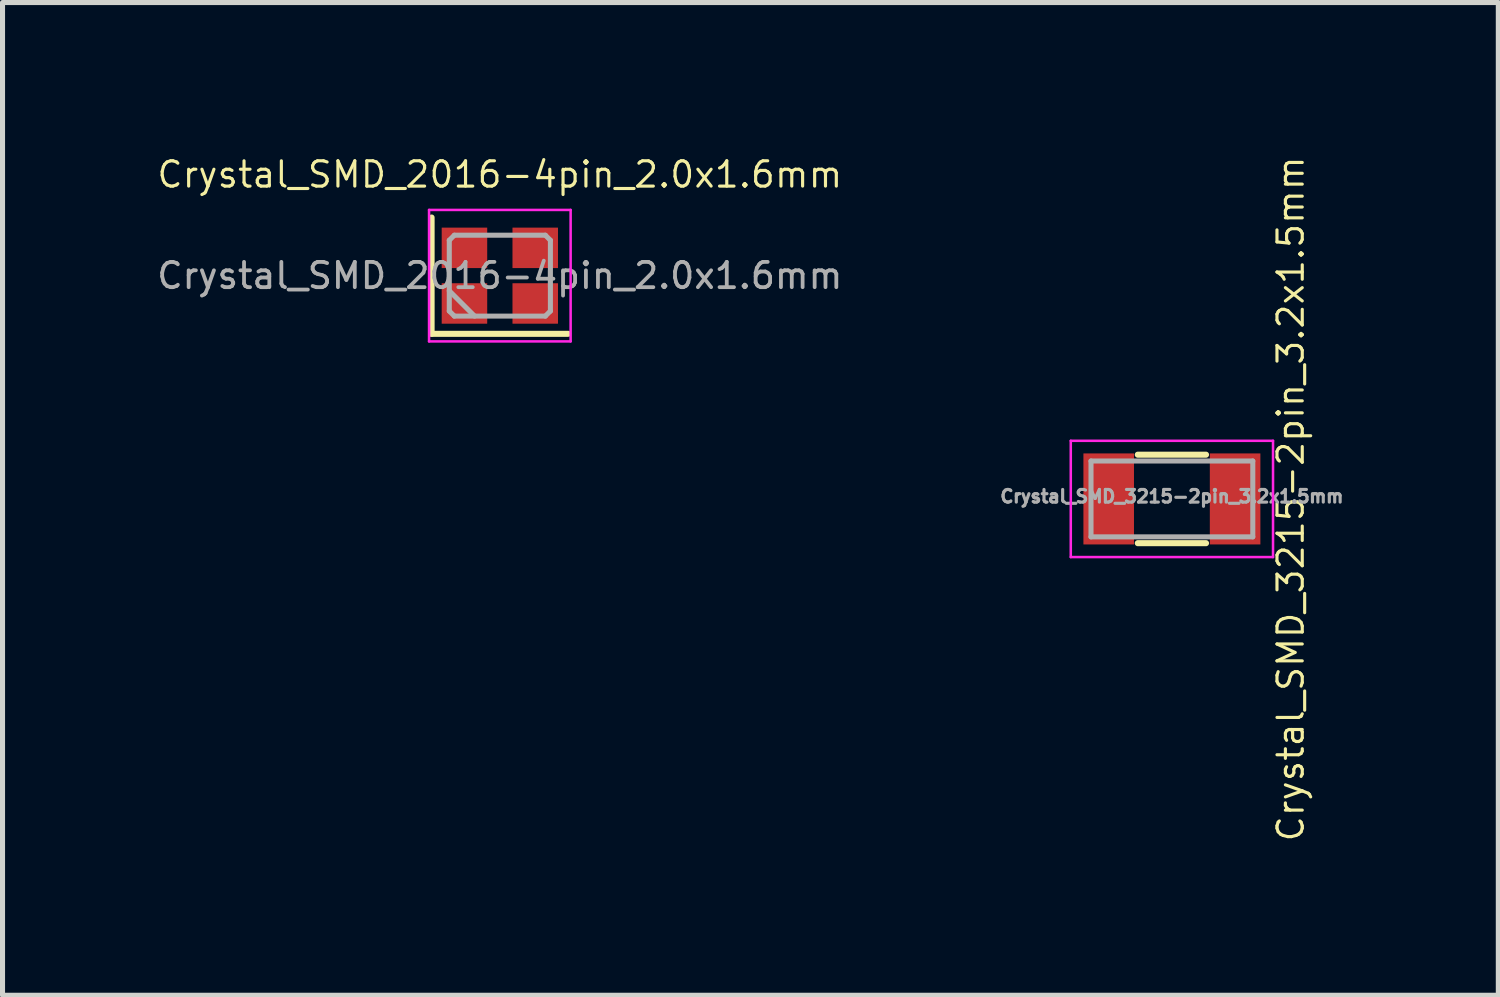
<source format=kicad_pcb>
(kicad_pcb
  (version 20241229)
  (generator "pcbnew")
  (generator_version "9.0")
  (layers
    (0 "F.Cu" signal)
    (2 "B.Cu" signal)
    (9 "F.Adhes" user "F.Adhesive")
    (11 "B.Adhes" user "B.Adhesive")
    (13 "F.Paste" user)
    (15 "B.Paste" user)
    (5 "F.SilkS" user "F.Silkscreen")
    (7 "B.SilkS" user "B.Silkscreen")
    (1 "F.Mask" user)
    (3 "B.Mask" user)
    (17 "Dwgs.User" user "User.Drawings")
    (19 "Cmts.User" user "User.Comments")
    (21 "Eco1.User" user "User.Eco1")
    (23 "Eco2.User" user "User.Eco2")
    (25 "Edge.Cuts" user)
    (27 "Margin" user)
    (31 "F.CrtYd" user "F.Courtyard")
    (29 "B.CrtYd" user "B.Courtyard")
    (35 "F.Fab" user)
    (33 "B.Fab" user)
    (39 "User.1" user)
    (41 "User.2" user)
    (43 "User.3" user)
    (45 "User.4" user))
  (footprint "Crystal_SMD_3215-2pin_3.2x1.5mm"
    (layer "F.Cu")
    (at 20.128 6.818)
    (property "Reference" "Crystal_SMD_3215-2pin_3.2x1.5mm" (at 2.35 0 90) (layer "F.SilkS") (effects (font (size 0.5 0.5) (thickness 0.062))))
    (attr smd)
    (fp_line (start -0.675 -0.875) (end 0.675 -0.875) (stroke (width 0.12) (type solid)) (layer "F.SilkS"))
    (fp_line (start -0.675 0.875) (end 0.675 0.875) (stroke (width 0.12) (type solid)) (layer "F.SilkS"))
    (fp_line (start -2 -1.15) (end -2 1.15) (stroke (width 0.05) (type solid)) (layer "F.CrtYd"))
    (fp_line (start -2 -1.15) (end 2 -1.15) (stroke (width 0.05) (type solid)) (layer "F.CrtYd"))
    (fp_line (start -2 1.15) (end 2 1.15) (stroke (width 0.05) (type solid)) (layer "F.CrtYd"))
    (fp_line (start 2 -1.15) (end 2 1.15) (stroke (width 0.05) (type solid)) (layer "F.CrtYd"))
    (fp_line (start -1.6 -0.75) (end -1.6 0.75) (stroke (width 0.1) (type solid)) (layer "F.Fab"))
    (fp_line (start -1.6 -0.75) (end 1.6 -0.75) (stroke (width 0.1) (type solid)) (layer "F.Fab"))
    (fp_line (start -1.6 0.75) (end 1.6 0.75) (stroke (width 0.1) (type solid)) (layer "F.Fab"))
    (fp_line (start 1.6 -0.75) (end 1.6 0.75) (stroke (width 0.1) (type solid)) (layer "F.Fab"))
    (fp_text user "${REFERENCE}" (at 0 -0.05 0) (layer "F.Fab") (effects (font (size 0.25 0.25) (thickness 0.062))))
    (pad "1" smd rect (at 1.25 0) (size 1 1.8) (layers "F.Cu" "F.Mask" "F.Paste"))
    (pad "2" smd rect (at -1.25 0) (size 1 1.8) (layers "F.Cu" "F.Mask" "F.Paste")))
  (footprint "Crystal_SMD_2016-4pin_2.0x1.6mm"
    (layer "F.Cu")
    (at 6.836 2.402)
    (property "Reference" "Crystal_SMD_2016-4pin_2.0x1.6mm" (at 0 -2 0) (layer "F.SilkS") (effects (font (size 0.5 0.5) (thickness 0.062))))
    (attr smd)
    (fp_line (start -1.35 -1.15) (end -1.35 1.15) (stroke (width 0.12) (type solid)) (layer "F.SilkS"))
    (fp_line (start -1.35 1.15) (end 1.35 1.15) (stroke (width 0.12) (type solid)) (layer "F.SilkS"))
    (fp_line (start -1.4 -1.3) (end -1.4 1.3) (stroke (width 0.05) (type solid)) (layer "F.CrtYd"))
    (fp_line (start -1.4 1.3) (end 1.4 1.3) (stroke (width 0.05) (type solid)) (layer "F.CrtYd"))
    (fp_line (start 1.4 -1.3) (end -1.4 -1.3) (stroke (width 0.05) (type solid)) (layer "F.CrtYd"))
    (fp_line (start 1.4 1.3) (end 1.4 -1.3) (stroke (width 0.05) (type solid)) (layer "F.CrtYd"))
    (fp_line (start -1 -0.7) (end -0.9 -0.8) (stroke (width 0.1) (type solid)) (layer "F.Fab"))
    (fp_line (start -1 0.3) (end -0.5 0.8) (stroke (width 0.1) (type solid)) (layer "F.Fab"))
    (fp_line (start -1 0.7) (end -1 -0.7) (stroke (width 0.1) (type solid)) (layer "F.Fab"))
    (fp_line (start -0.9 -0.8) (end 0.9 -0.8) (stroke (width 0.1) (type solid)) (layer "F.Fab"))
    (fp_line (start -0.9 0.8) (end -1 0.7) (stroke (width 0.1) (type solid)) (layer "F.Fab"))
    (fp_line (start 0.9 -0.8) (end 1 -0.7) (stroke (width 0.1) (type solid)) (layer "F.Fab"))
    (fp_line (start 0.9 0.8) (end -0.9 0.8) (stroke (width 0.1) (type solid)) (layer "F.Fab"))
    (fp_line (start 1 -0.7) (end 1 0.7) (stroke (width 0.1) (type solid)) (layer "F.Fab"))
    (fp_line (start 1 0.7) (end 0.9 0.8) (stroke (width 0.1) (type solid)) (layer "F.Fab"))
    (fp_text user "${REFERENCE}" (at 0 0 0) (layer "F.Fab") (effects (font (size 0.5 0.5) (thickness 0.075))))
    (pad "1" smd rect (at -0.7 0.55) (size 0.9 0.8) (layers "F.Cu" "F.Mask" "F.Paste"))
    (pad "2" smd rect (at 0.7 0.55) (size 0.9 0.8) (layers "F.Cu" "F.Mask" "F.Paste"))
    (pad "3" smd rect (at 0.7 -0.55) (size 0.9 0.8) (layers "F.Cu" "F.Mask" "F.Paste"))
    (pad "4" smd rect (at -0.7 -0.55) (size 0.9 0.8) (layers "F.Cu" "F.Mask" "F.Paste")))
  (gr_rect
    (start -3 -3)
    (end 26.584 16.635)
    (stroke (width 0.1) (type default))
    (fill no)
    (layer "Edge.Cuts")))
</source>
